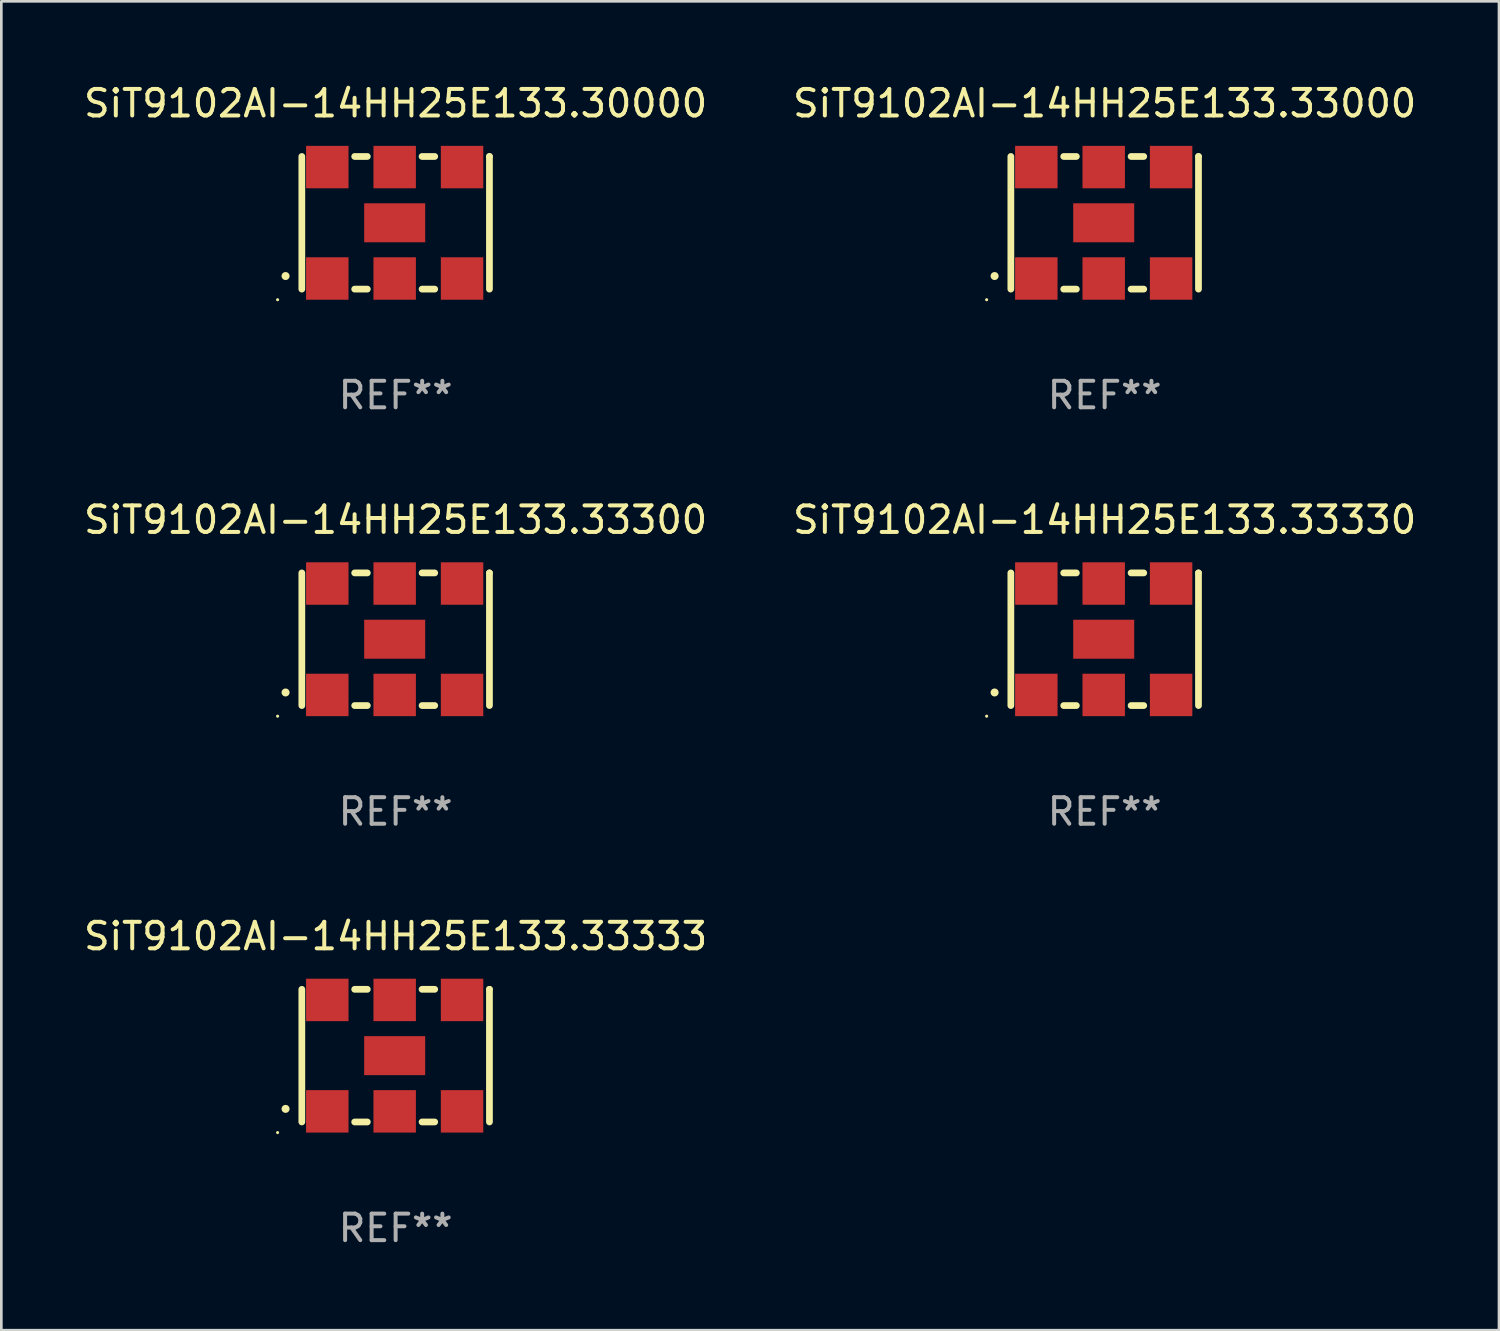
<source format=kicad_pcb>
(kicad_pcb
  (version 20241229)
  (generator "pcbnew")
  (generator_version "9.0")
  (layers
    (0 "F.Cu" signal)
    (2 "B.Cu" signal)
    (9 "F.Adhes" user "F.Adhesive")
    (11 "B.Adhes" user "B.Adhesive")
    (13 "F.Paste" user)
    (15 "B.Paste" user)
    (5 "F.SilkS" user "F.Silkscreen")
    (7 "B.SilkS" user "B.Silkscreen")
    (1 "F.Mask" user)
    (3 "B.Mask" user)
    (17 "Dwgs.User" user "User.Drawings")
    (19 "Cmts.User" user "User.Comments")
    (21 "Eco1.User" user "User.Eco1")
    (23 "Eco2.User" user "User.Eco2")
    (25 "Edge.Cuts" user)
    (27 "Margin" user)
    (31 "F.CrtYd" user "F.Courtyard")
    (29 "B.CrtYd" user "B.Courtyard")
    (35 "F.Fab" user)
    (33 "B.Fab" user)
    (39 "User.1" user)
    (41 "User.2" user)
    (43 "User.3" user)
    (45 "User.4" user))
  (footprint "SiT9102AI-14HH25E133.33333"
    (layer "F.Cu")
    (at 11.863 36.741)
    (property "Reference" "SiT9102AI-14HH25E133.33333" (at 0 -4.5 0) (layer "F.SilkS") (effects (font (size 1 1) (thickness 0.15))))
    (attr through_hole)
    (fp_line (start -3.536 -2.5) (end -3.536 2.5) (stroke (width 0.254) (type solid)) (layer "F.SilkS"))
    (fp_line (start -1.544 2.5) (end -1.067 2.5) (stroke (width 0.254) (type solid)) (layer "F.SilkS"))
    (fp_line (start -1.067 -2.5) (end -1.544 -2.5) (stroke (width 0.254) (type solid)) (layer "F.SilkS"))
    (fp_line (start 0.996 2.5) (end 1.473 2.5) (stroke (width 0.254) (type solid)) (layer "F.SilkS"))
    (fp_line (start 1.473 -2.5) (end 0.996 -2.5) (stroke (width 0.254) (type solid)) (layer "F.SilkS"))
    (fp_line (start 3.536 -2.5) (end 3.536 -2.5) (stroke (width 0.254) (type solid)) (layer "F.SilkS"))
    (fp_line (start 3.536 2.5) (end 3.536 -2.5) (stroke (width 0.254) (type solid)) (layer "F.SilkS"))
    (fp_arc (start -4.150432 2.006604) (mid -4.149162 2.006599) (end -4.147892 2.006604) (stroke (width 0.3) (type solid)) (layer "F.SilkS"))
    (fp_circle (center -4.449 2.9) (end -4.419 2.9) (stroke (width 0.06) (type solid)) (fill no) (layer "F.SilkS"))
    (fp_text user "REF**" (at 0 6.5 0) (layer "F.Fab") (effects (font (size 1 1) (thickness 0.15))))
    (pad "1" smd rect (at -2.576 2.1) (size 1.6 1.6) (layers "F.Cu" "F.Mask" "F.Paste"))
    (pad "2" smd rect (at -0.036 2.1) (size 1.6 1.6) (layers "F.Cu" "F.Mask" "F.Paste"))
    (pad "3" smd rect (at 2.504 2.1) (size 1.6 1.6) (layers "F.Cu" "F.Mask" "F.Paste"))
    (pad "4" smd rect (at 2.504 -2.1) (size 1.6 1.6) (layers "F.Cu" "F.Mask" "F.Paste"))
    (pad "5" smd rect (at -0.036 -2.1) (size 1.6 1.6) (layers "F.Cu" "F.Mask" "F.Paste"))
    (pad "6" smd rect (at -2.576 -2.1) (size 1.6 1.6) (layers "F.Cu" "F.Mask" "F.Paste"))
    (pad "7" smd rect (at -0.036 0) (size 2.3 1.47) (layers "F.Cu" "F.Mask" "F.Paste")))
  (footprint "SiT9102AI-14HH25E133.33300"
    (layer "F.Cu")
    (at 11.863 21.045)
    (property "Reference" "SiT9102AI-14HH25E133.33300" (at 0 -4.5 0) (layer "F.SilkS") (effects (font (size 1 1) (thickness 0.15))))
    (attr through_hole)
    (fp_line (start -3.536 -2.5) (end -3.536 2.5) (stroke (width 0.254) (type solid)) (layer "F.SilkS"))
    (fp_line (start -1.544 2.5) (end -1.067 2.5) (stroke (width 0.254) (type solid)) (layer "F.SilkS"))
    (fp_line (start -1.067 -2.5) (end -1.544 -2.5) (stroke (width 0.254) (type solid)) (layer "F.SilkS"))
    (fp_line (start 0.996 2.5) (end 1.473 2.5) (stroke (width 0.254) (type solid)) (layer "F.SilkS"))
    (fp_line (start 1.473 -2.5) (end 0.996 -2.5) (stroke (width 0.254) (type solid)) (layer "F.SilkS"))
    (fp_line (start 3.536 -2.5) (end 3.536 -2.5) (stroke (width 0.254) (type solid)) (layer "F.SilkS"))
    (fp_line (start 3.536 2.5) (end 3.536 -2.5) (stroke (width 0.254) (type solid)) (layer "F.SilkS"))
    (fp_arc (start -4.150432 2.006604) (mid -4.149162 2.006599) (end -4.147892 2.006604) (stroke (width 0.3) (type solid)) (layer "F.SilkS"))
    (fp_circle (center -4.449 2.9) (end -4.419 2.9) (stroke (width 0.06) (type solid)) (fill no) (layer "F.SilkS"))
    (fp_text user "REF**" (at 0 6.5 0) (layer "F.Fab") (effects (font (size 1 1) (thickness 0.15))))
    (pad "1" smd rect (at -2.576 2.1) (size 1.6 1.6) (layers "F.Cu" "F.Mask" "F.Paste"))
    (pad "2" smd rect (at -0.036 2.1) (size 1.6 1.6) (layers "F.Cu" "F.Mask" "F.Paste"))
    (pad "3" smd rect (at 2.504 2.1) (size 1.6 1.6) (layers "F.Cu" "F.Mask" "F.Paste"))
    (pad "4" smd rect (at 2.504 -2.1) (size 1.6 1.6) (layers "F.Cu" "F.Mask" "F.Paste"))
    (pad "5" smd rect (at -0.036 -2.1) (size 1.6 1.6) (layers "F.Cu" "F.Mask" "F.Paste"))
    (pad "6" smd rect (at -2.576 -2.1) (size 1.6 1.6) (layers "F.Cu" "F.Mask" "F.Paste"))
    (pad "7" smd rect (at -0.036 0) (size 2.3 1.47) (layers "F.Cu" "F.Mask" "F.Paste")))
  (footprint "SiT9102AI-14HH25E133.33330"
    (layer "F.Cu")
    (at 38.589 21.045)
    (property "Reference" "SiT9102AI-14HH25E133.33330" (at 0 -4.5 0) (layer "F.SilkS") (effects (font (size 1 1) (thickness 0.15))))
    (attr through_hole)
    (fp_line (start -3.536 -2.5) (end -3.536 2.5) (stroke (width 0.254) (type solid)) (layer "F.SilkS"))
    (fp_line (start -1.544 2.5) (end -1.067 2.5) (stroke (width 0.254) (type solid)) (layer "F.SilkS"))
    (fp_line (start -1.067 -2.5) (end -1.544 -2.5) (stroke (width 0.254) (type solid)) (layer "F.SilkS"))
    (fp_line (start 0.996 2.5) (end 1.473 2.5) (stroke (width 0.254) (type solid)) (layer "F.SilkS"))
    (fp_line (start 1.473 -2.5) (end 0.996 -2.5) (stroke (width 0.254) (type solid)) (layer "F.SilkS"))
    (fp_line (start 3.536 -2.5) (end 3.536 -2.5) (stroke (width 0.254) (type solid)) (layer "F.SilkS"))
    (fp_line (start 3.536 2.5) (end 3.536 -2.5) (stroke (width 0.254) (type solid)) (layer "F.SilkS"))
    (fp_arc (start -4.150432 2.006604) (mid -4.149162 2.006599) (end -4.147892 2.006604) (stroke (width 0.3) (type solid)) (layer "F.SilkS"))
    (fp_circle (center -4.449 2.9) (end -4.419 2.9) (stroke (width 0.06) (type solid)) (fill no) (layer "F.SilkS"))
    (fp_text user "REF**" (at 0 6.5 0) (layer "F.Fab") (effects (font (size 1 1) (thickness 0.15))))
    (pad "1" smd rect (at -2.576 2.1) (size 1.6 1.6) (layers "F.Cu" "F.Mask" "F.Paste"))
    (pad "2" smd rect (at -0.036 2.1) (size 1.6 1.6) (layers "F.Cu" "F.Mask" "F.Paste"))
    (pad "3" smd rect (at 2.504 2.1) (size 1.6 1.6) (layers "F.Cu" "F.Mask" "F.Paste"))
    (pad "4" smd rect (at 2.504 -2.1) (size 1.6 1.6) (layers "F.Cu" "F.Mask" "F.Paste"))
    (pad "5" smd rect (at -0.036 -2.1) (size 1.6 1.6) (layers "F.Cu" "F.Mask" "F.Paste"))
    (pad "6" smd rect (at -2.576 -2.1) (size 1.6 1.6) (layers "F.Cu" "F.Mask" "F.Paste"))
    (pad "7" smd rect (at -0.036 0) (size 2.3 1.47) (layers "F.Cu" "F.Mask" "F.Paste")))
  (footprint "SiT9102AI-14HH25E133.33000"
    (layer "F.Cu")
    (at 38.589 5.348)
    (property "Reference" "SiT9102AI-14HH25E133.33000" (at 0 -4.5 0) (layer "F.SilkS") (effects (font (size 1 1) (thickness 0.15))))
    (attr through_hole)
    (fp_line (start -3.536 -2.5) (end -3.536 2.5) (stroke (width 0.254) (type solid)) (layer "F.SilkS"))
    (fp_line (start -1.544 2.5) (end -1.067 2.5) (stroke (width 0.254) (type solid)) (layer "F.SilkS"))
    (fp_line (start -1.067 -2.5) (end -1.544 -2.5) (stroke (width 0.254) (type solid)) (layer "F.SilkS"))
    (fp_line (start 0.996 2.5) (end 1.473 2.5) (stroke (width 0.254) (type solid)) (layer "F.SilkS"))
    (fp_line (start 1.473 -2.5) (end 0.996 -2.5) (stroke (width 0.254) (type solid)) (layer "F.SilkS"))
    (fp_line (start 3.536 -2.5) (end 3.536 -2.5) (stroke (width 0.254) (type solid)) (layer "F.SilkS"))
    (fp_line (start 3.536 2.5) (end 3.536 -2.5) (stroke (width 0.254) (type solid)) (layer "F.SilkS"))
    (fp_arc (start -4.150432 2.006604) (mid -4.149162 2.006599) (end -4.147892 2.006604) (stroke (width 0.3) (type solid)) (layer "F.SilkS"))
    (fp_circle (center -4.449 2.9) (end -4.419 2.9) (stroke (width 0.06) (type solid)) (fill no) (layer "F.SilkS"))
    (fp_text user "REF**" (at 0 6.5 0) (layer "F.Fab") (effects (font (size 1 1) (thickness 0.15))))
    (pad "1" smd rect (at -2.576 2.1) (size 1.6 1.6) (layers "F.Cu" "F.Mask" "F.Paste"))
    (pad "2" smd rect (at -0.036 2.1) (size 1.6 1.6) (layers "F.Cu" "F.Mask" "F.Paste"))
    (pad "3" smd rect (at 2.504 2.1) (size 1.6 1.6) (layers "F.Cu" "F.Mask" "F.Paste"))
    (pad "4" smd rect (at 2.504 -2.1) (size 1.6 1.6) (layers "F.Cu" "F.Mask" "F.Paste"))
    (pad "5" smd rect (at -0.036 -2.1) (size 1.6 1.6) (layers "F.Cu" "F.Mask" "F.Paste"))
    (pad "6" smd rect (at -2.576 -2.1) (size 1.6 1.6) (layers "F.Cu" "F.Mask" "F.Paste"))
    (pad "7" smd rect (at -0.036 0) (size 2.3 1.47) (layers "F.Cu" "F.Mask" "F.Paste")))
  (footprint "SiT9102AI-14HH25E133.30000"
    (layer "F.Cu")
    (at 11.863 5.348)
    (property "Reference" "SiT9102AI-14HH25E133.30000" (at 0 -4.5 0) (layer "F.SilkS") (effects (font (size 1 1) (thickness 0.15))))
    (attr through_hole)
    (fp_line (start -3.536 -2.5) (end -3.536 2.5) (stroke (width 0.254) (type solid)) (layer "F.SilkS"))
    (fp_line (start -1.544 2.5) (end -1.067 2.5) (stroke (width 0.254) (type solid)) (layer "F.SilkS"))
    (fp_line (start -1.067 -2.5) (end -1.544 -2.5) (stroke (width 0.254) (type solid)) (layer "F.SilkS"))
    (fp_line (start 0.996 2.5) (end 1.473 2.5) (stroke (width 0.254) (type solid)) (layer "F.SilkS"))
    (fp_line (start 1.473 -2.5) (end 0.996 -2.5) (stroke (width 0.254) (type solid)) (layer "F.SilkS"))
    (fp_line (start 3.536 -2.5) (end 3.536 -2.5) (stroke (width 0.254) (type solid)) (layer "F.SilkS"))
    (fp_line (start 3.536 2.5) (end 3.536 -2.5) (stroke (width 0.254) (type solid)) (layer "F.SilkS"))
    (fp_arc (start -4.150432 2.006604) (mid -4.149162 2.006599) (end -4.147892 2.006604) (stroke (width 0.3) (type solid)) (layer "F.SilkS"))
    (fp_circle (center -4.449 2.9) (end -4.419 2.9) (stroke (width 0.06) (type solid)) (fill no) (layer "F.SilkS"))
    (fp_text user "REF**" (at 0 6.5 0) (layer "F.Fab") (effects (font (size 1 1) (thickness 0.15))))
    (pad "1" smd rect (at -2.576 2.1) (size 1.6 1.6) (layers "F.Cu" "F.Mask" "F.Paste"))
    (pad "2" smd rect (at -0.036 2.1) (size 1.6 1.6) (layers "F.Cu" "F.Mask" "F.Paste"))
    (pad "3" smd rect (at 2.504 2.1) (size 1.6 1.6) (layers "F.Cu" "F.Mask" "F.Paste"))
    (pad "4" smd rect (at 2.504 -2.1) (size 1.6 1.6) (layers "F.Cu" "F.Mask" "F.Paste"))
    (pad "5" smd rect (at -0.036 -2.1) (size 1.6 1.6) (layers "F.Cu" "F.Mask" "F.Paste"))
    (pad "6" smd rect (at -2.576 -2.1) (size 1.6 1.6) (layers "F.Cu" "F.Mask" "F.Paste"))
    (pad "7" smd rect (at -0.036 0) (size 2.3 1.47) (layers "F.Cu" "F.Mask" "F.Paste")))
  (gr_rect
    (start -3 -3)
    (end 53.452 47.09)
    (stroke (width 0.1) (type default))
    (fill no)
    (layer "Edge.Cuts")))
</source>
